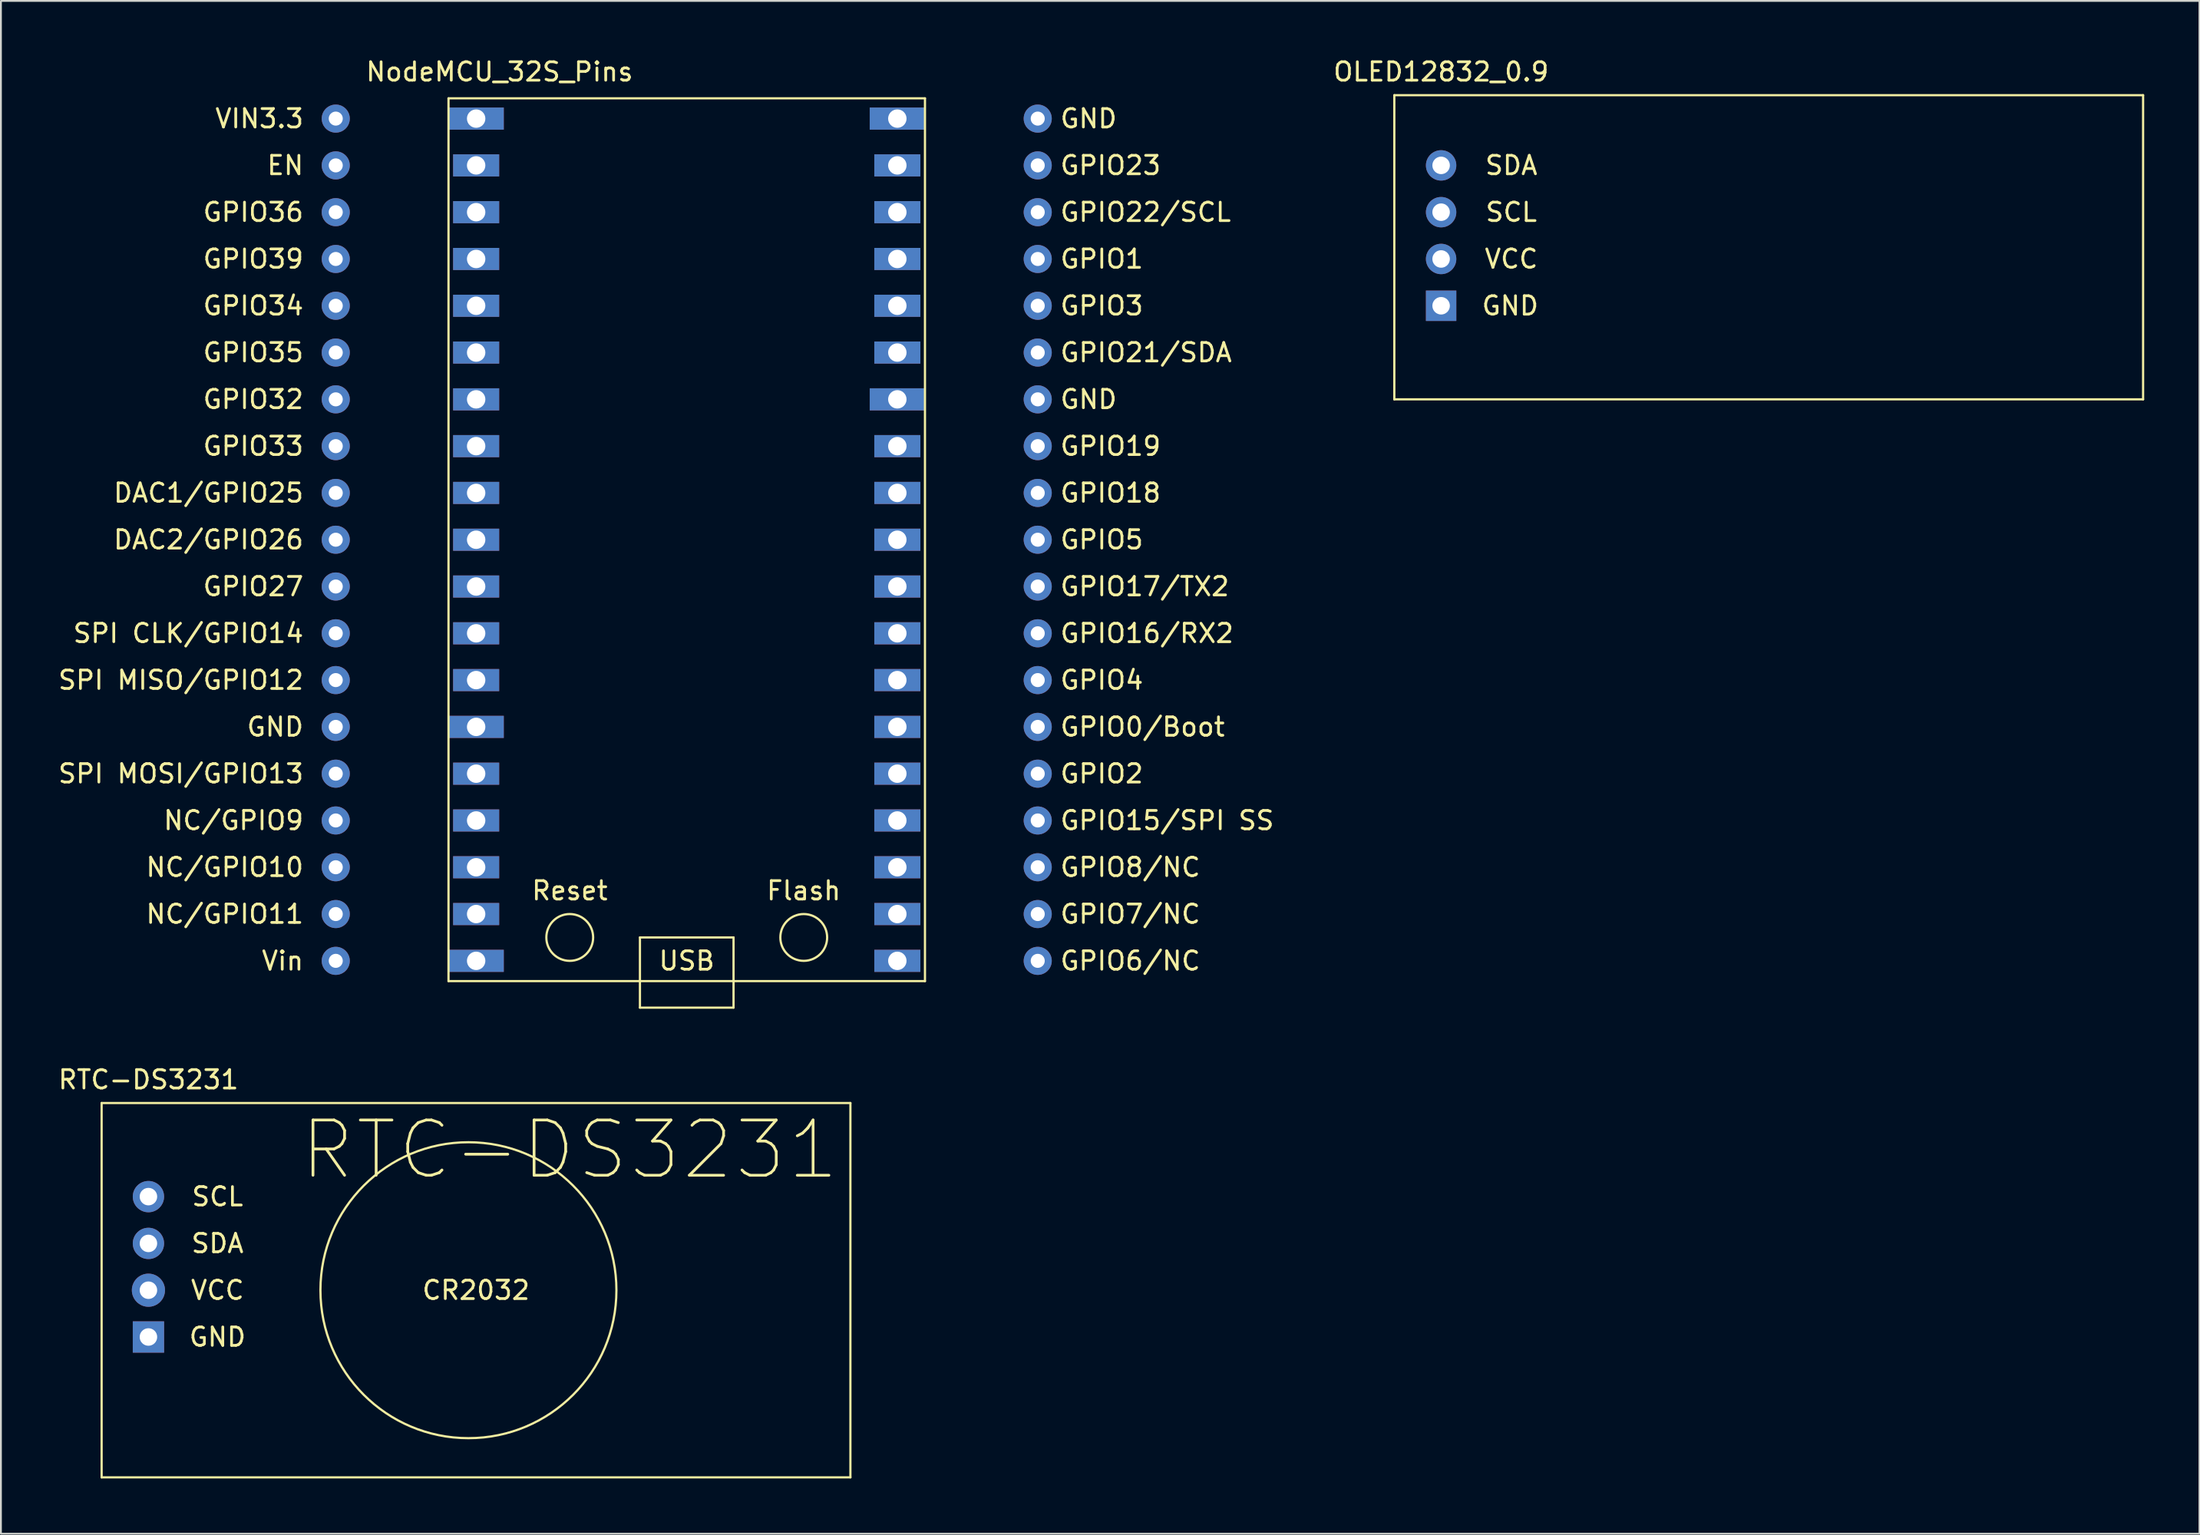
<source format=kicad_pcb>
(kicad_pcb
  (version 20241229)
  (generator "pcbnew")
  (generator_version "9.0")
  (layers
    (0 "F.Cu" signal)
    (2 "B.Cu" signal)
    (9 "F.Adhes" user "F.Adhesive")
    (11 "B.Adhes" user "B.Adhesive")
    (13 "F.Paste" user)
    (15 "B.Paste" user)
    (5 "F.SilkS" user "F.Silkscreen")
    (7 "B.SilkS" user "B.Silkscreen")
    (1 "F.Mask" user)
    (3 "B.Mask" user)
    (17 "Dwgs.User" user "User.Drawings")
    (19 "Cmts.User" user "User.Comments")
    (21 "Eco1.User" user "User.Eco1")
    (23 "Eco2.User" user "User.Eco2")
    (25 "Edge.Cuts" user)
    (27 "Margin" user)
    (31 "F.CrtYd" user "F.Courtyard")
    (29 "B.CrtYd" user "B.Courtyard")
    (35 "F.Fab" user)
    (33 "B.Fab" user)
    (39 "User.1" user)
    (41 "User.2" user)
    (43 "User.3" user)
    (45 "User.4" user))
  (footprint "RTC-DS3231"
    (layer "F.Cu")
    (at 10.086 64.447)
    (property "Reference" "RTC-DS3231" (at -5.08 -8.89 0) (layer "F.SilkS") (effects (font (size 1 1) (thickness 0.15))))
    (attr through_hole)
    (fp_line (start -7.62 -7.62) (end -7.62 12.7) (stroke (width 0.12) (type solid)) (layer "F.SilkS"))
    (fp_line (start -7.62 -7.62) (end 33.02 -7.62) (stroke (width 0.12) (type solid)) (layer "F.SilkS"))
    (fp_line (start -7.62 12.7) (end 33.02 12.7) (stroke (width 0.12) (type solid)) (layer "F.SilkS"))
    (fp_line (start 33.02 -7.62) (end 33.02 12.7) (stroke (width 0.12) (type solid)) (layer "F.SilkS"))
    (fp_circle (center 12.288 2.54) (end 19.908 5.08) (stroke (width 0.12) (type solid)) (fill no) (layer "F.SilkS"))
    (fp_text user "VCC" (at -1.33 2.54 0) (layer "F.SilkS") (effects (font (size 1 1) (thickness 0.15))))
    (fp_text user "SCL" (at -1.33 -2.54 0) (layer "F.SilkS") (effects (font (size 1 1) (thickness 0.15))))
    (fp_text user "RTC-DS3231" (at 17.78 -5.08 0) (layer "F.SilkS") (effects (font (size 3 3) (thickness 0.15))))
    (fp_text user "SDA" (at -1.33 0 0) (layer "F.SilkS") (effects (font (size 1 1) (thickness 0.15))))
    (fp_text user "GND" (at -1.33 5.08 0) (layer "F.SilkS") (effects (font (size 1 1) (thickness 0.15))))
    (fp_text user "CR2032" (at 12.7 2.54 0) (layer "F.SilkS") (effects (font (size 1 1) (thickness 0.15))))
    (pad "1" thru_hole rect (at -5.08 5.08) (size 1.7 1.7) (drill 0.95) (layers "*.Cu" "*.Mask"))
    (pad "2" thru_hole circle (at -5.08 2.54) (size 1.8 1.8) (drill 0.95) (layers "*.Cu" "*.Mask"))
    (pad "3" thru_hole circle (at -5.08 0) (size 1.7 1.7) (drill 0.95) (layers "*.Cu" "*.Mask"))
    (pad "4" thru_hole circle (at -5.08 -2.54) (size 1.7 1.7) (drill 0.95) (layers "*.Cu" "*.Mask")))
  (footprint "NodeMCU_32S_Pins"
    (layer "F.Cu")
    (at 34.223 26.248)
    (property "Reference" "NodeMCU_32S_Pins" (at -10.16 -25.4 0) (layer "F.SilkS") (effects (font (size 1 1) (thickness 0.15))))
    (attr through_hole)
    (fp_line (start -12.93 23.96) (end 12.93 23.96) (stroke (width 0.12) (type solid)) (layer "F.SilkS"))
    (fp_line (start -12.93 -23.96) (end -12.93 23.96) (stroke (width 0.12) (type solid)) (layer "F.SilkS"))
    (fp_line (start -12.93 -23.96) (end 12.93 -23.96) (stroke (width 0.12) (type solid)) (layer "F.SilkS"))
    (fp_line (start -2.54 21.59) (end -2.54 25.4) (stroke (width 0.12) (type solid)) (layer "F.SilkS"))
    (fp_line (start -2.54 25.4) (end 2.54 25.4) (stroke (width 0.12) (type solid)) (layer "F.SilkS"))
    (fp_line (start 2.54 21.59) (end -2.54 21.59) (stroke (width 0.12) (type solid)) (layer "F.SilkS"))
    (fp_line (start 2.54 21.59) (end 2.54 25.4) (stroke (width 0.12) (type solid)) (layer "F.SilkS"))
    (fp_line (start 12.93 23.96) (end 12.93 -23.96) (stroke (width 0.12) (type solid)) (layer "F.SilkS"))
    (fp_circle (center -6.35 21.59) (end -6.35 22.86) (stroke (width 0.12) (type solid)) (fill no) (layer "F.SilkS"))
    (fp_circle (center 6.35 21.59) (end 6.35 22.86) (stroke (width 0.12) (type solid)) (fill no) (layer "F.SilkS"))
    (fp_text user "Flash" (at 6.35 19.05 0) (layer "F.SilkS") (effects (font (size 1 1) (thickness 0.15))))
    (fp_text user "NC/GPIO10" (at -25.074 17.78 0) (unlocked yes) (layer "F.SilkS") (effects (font (size 1 1) (thickness 0.15))))
    (fp_text user "USB" (at 0 22.86 0) (layer "F.SilkS") (effects (font (size 1 1) (thickness 0.15))))
    (fp_text user "SPI CLK/GPIO14" (at -27.05 5.08 0) (unlocked yes) (layer "F.SilkS") (effects (font (size 1 1) (thickness 0.15))))
    (fp_text user "Vin" (at -21.931 22.86 0) (unlocked yes) (layer "F.SilkS") (effects (font (size 1 1) (thickness 0.15))))
    (fp_text user "GPIO19" (at 23.003 -5.08 0) (unlocked yes) (layer "F.SilkS") (effects (font (size 1 1) (thickness 0.15))))
    (fp_text user "GPIO8/NC" (at 24.075 17.78 0) (unlocked yes) (layer "F.SilkS") (effects (font (size 1 1) (thickness 0.15))))
    (fp_text user "EN" (at -21.789 -20.32 0) (unlocked yes) (layer "F.SilkS") (effects (font (size 1 1) (thickness 0.15))))
    (fp_text user "GPIO34" (at -23.527 -12.7 0) (unlocked yes) (layer "F.SilkS") (effects (font (size 1 1) (thickness 0.15))))
    (fp_text user "GPIO5" (at 22.527 0 0) (unlocked yes) (layer "F.SilkS") (effects (font (size 1 1) (thickness 0.15))))
    (fp_text user "GPIO17/TX2" (at 24.86 2.54 0) (unlocked yes) (layer "F.SilkS") (effects (font (size 1 1) (thickness 0.15))))
    (fp_text user "GND" (at 21.813 -22.86 0) (unlocked yes) (layer "F.SilkS") (effects (font (size 1 1) (thickness 0.15))))
    (fp_text user "GPIO35" (at -23.527 -10.16 0) (unlocked yes) (layer "F.SilkS") (effects (font (size 1 1) (thickness 0.15))))
    (fp_text user "GPIO32" (at -23.527 -7.62 0) (unlocked yes) (layer "F.SilkS") (effects (font (size 1 1) (thickness 0.15))))
    (fp_text user "GND" (at 21.813 -7.62 0) (unlocked yes) (layer "F.SilkS") (effects (font (size 1 1) (thickness 0.15))))
    (fp_text user "GPIO18" (at 23.003 -2.54 0) (unlocked yes) (layer "F.SilkS") (effects (font (size 1 1) (thickness 0.15))))
    (fp_text user "GPIO27" (at -23.527 2.54 0) (unlocked yes) (layer "F.SilkS") (effects (font (size 1 1) (thickness 0.15))))
    (fp_text user "GPIO36" (at -23.527 -17.78 0) (unlocked yes) (layer "F.SilkS") (effects (font (size 1 1) (thickness 0.15))))
    (fp_text user "GPIO15/SPI SS" (at 26.075 15.24 0) (unlocked yes) (layer "F.SilkS") (effects (font (size 1 1) (thickness 0.15))))
    (fp_text user "GPIO23" (at 23.003 -20.32 0) (unlocked yes) (layer "F.SilkS") (effects (font (size 1 1) (thickness 0.15))))
    (fp_text user "GPIO6/NC" (at 24.075 22.86 0) (unlocked yes) (layer "F.SilkS") (effects (font (size 1 1) (thickness 0.15))))
    (fp_text user "GND" (at -22.336 10.16 0) (unlocked yes) (layer "F.SilkS") (effects (font (size 1 1) (thickness 0.15))))
    (fp_text user "GPIO1" (at 22.527 -15.24 0) (unlocked yes) (layer "F.SilkS") (effects (font (size 1 1) (thickness 0.15))))
    (fp_text user "Reset" (at -6.35 19.05 0) (layer "F.SilkS") (effects (font (size 1 1) (thickness 0.15))))
    (fp_text user "GPIO22/SCL" (at 24.908 -17.78 0) (unlocked yes) (layer "F.SilkS") (effects (font (size 1 1) (thickness 0.15))))
    (fp_text user "NC/GPIO11" (at -25.074 20.32 0) (unlocked yes) (layer "F.SilkS") (effects (font (size 1 1) (thickness 0.15))))
    (fp_text user "GPIO33" (at -23.527 -5.08 0) (unlocked yes) (layer "F.SilkS") (effects (font (size 1 1) (thickness 0.15))))
    (fp_text user "NC/GPIO9" (at -24.598 15.24 0) (unlocked yes) (layer "F.SilkS") (effects (font (size 1 1) (thickness 0.15))))
    (fp_text user "DAC1/GPIO25" (at -25.955 -2.54 0) (unlocked yes) (layer "F.SilkS") (effects (font (size 1 1) (thickness 0.15))))
    (fp_text user "GPIO7/NC" (at 24.075 20.32 0) (unlocked yes) (layer "F.SilkS") (effects (font (size 1 1) (thickness 0.15))))
    (fp_text user "GPIO16/RX2" (at 24.98 5.08 0) (unlocked yes) (layer "F.SilkS") (effects (font (size 1 1) (thickness 0.15))))
    (fp_text user "GPIO2" (at 22.527 12.7 0) (unlocked yes) (layer "F.SilkS") (effects (font (size 1 1) (thickness 0.15))))
    (fp_text user "SPI MISO/GPIO12" (at -27.455 7.62 0) (unlocked yes) (layer "F.SilkS") (effects (font (size 1 1) (thickness 0.15))))
    (fp_text user "GPIO3" (at 22.527 -12.7 0) (unlocked yes) (layer "F.SilkS") (effects (font (size 1 1) (thickness 0.15))))
    (fp_text user "VIN3.3" (at -23.193 -22.86 0) (unlocked yes) (layer "F.SilkS") (effects (font (size 1 1) (thickness 0.15))))
    (fp_text user "GPIO21/SDA" (at 24.932 -10.16 0) (unlocked yes) (layer "F.SilkS") (effects (font (size 1 1) (thickness 0.15))))
    (fp_text user "GPIO39" (at -23.527 -15.24 0) (unlocked yes) (layer "F.SilkS") (effects (font (size 1 1) (thickness 0.15))))
    (fp_text user "DAC2/GPIO26" (at -25.955 0 0) (unlocked yes) (layer "F.SilkS") (effects (font (size 1 1) (thickness 0.15))))
    (fp_text user "GPIO4" (at 22.527 7.62 0) (unlocked yes) (layer "F.SilkS") (effects (font (size 1 1) (thickness 0.15))))
    (fp_text user "SPI MOSI/GPIO13" (at -27.455 12.7 0) (unlocked yes) (layer "F.SilkS") (effects (font (size 1 1) (thickness 0.15))))
    (fp_text user "GPIO0/Boot" (at 24.741 10.16 0) (unlocked yes) (layer "F.SilkS") (effects (font (size 1 1) (thickness 0.15))))
    (pad "1" thru_hole trapezoid (at -11.43 -22.86 270) (size 1.2 3) (drill 1) (layers "*.Cu" "*.Mask"))
    (pad "2" thru_hole trapezoid (at -11.43 -20.32 270) (size 1.2 2.5) (drill 1) (layers "*.Cu" "*.Mask"))
    (pad "3" thru_hole trapezoid (at -11.43 -17.78 270) (size 1.2 2.5) (drill 1) (layers "*.Cu" "*.Mask"))
    (pad "4" thru_hole trapezoid (at -11.43 -15.24 270) (size 1.2 2.5) (drill 1) (layers "*.Cu" "*.Mask"))
    (pad "5" thru_hole trapezoid (at -11.43 -12.7 270) (size 1.2 2.5) (drill 1) (layers "*.Cu" "*.Mask"))
    (pad "6" thru_hole trapezoid (at -11.43 -10.16 270) (size 1.2 2.5) (drill 1) (layers "*.Cu" "*.Mask"))
    (pad "7" thru_hole trapezoid (at -11.43 -7.62 270) (size 1.2 2.5) (drill 1) (layers "*.Cu" "*.Mask"))
    (pad "8" thru_hole trapezoid (at -11.43 -5.08 270) (size 1.2 2.5) (drill 1) (layers "*.Cu" "*.Mask"))
    (pad "9" thru_hole trapezoid (at -11.43 -2.54 270) (size 1.2 2.5) (drill 1) (layers "*.Cu" "*.Mask"))
    (pad "10" thru_hole trapezoid (at -11.43 0 270) (size 1.2 2.5) (drill 1) (layers "*.Cu" "*.Mask"))
    (pad "11" thru_hole trapezoid (at -11.43 2.54 270) (size 1.2 2.5) (drill 1) (layers "*.Cu" "*.Mask"))
    (pad "12" thru_hole trapezoid (at -11.43 5.08 270) (size 1.2 2.5) (drill 1) (layers "*.Cu" "*.Mask"))
    (pad "13" thru_hole trapezoid (at -11.43 7.62 270) (size 1.2 2.5) (drill 1) (layers "*.Cu" "*.Mask"))
    (pad "14" thru_hole trapezoid (at -11.43 10.16 270) (size 1.2 3) (drill 1) (layers "*.Cu" "*.Mask"))
    (pad "15" thru_hole trapezoid (at -11.43 12.7 270) (size 1.2 2.5) (drill 1) (layers "*.Cu" "*.Mask"))
    (pad "16" thru_hole trapezoid (at -11.43 15.24 270) (size 1.2 2.5) (drill 1) (layers "*.Cu" "*.Mask"))
    (pad "17" thru_hole trapezoid (at -11.43 17.78 270) (size 1.2 2.5) (drill 1) (layers "*.Cu" "*.Mask"))
    (pad "18" thru_hole trapezoid (at -11.43 20.32 270) (size 1.2 2.5) (drill 1) (layers "*.Cu" "*.Mask"))
    (pad "19" thru_hole trapezoid (at -11.43 22.86 270) (size 1.2 3) (drill 1) (layers "*.Cu" "*.Mask"))
    (pad "20" thru_hole trapezoid (at 11.43 22.86 270) (size 1.2 2.5) (drill 1) (layers "*.Cu" "*.Mask"))
    (pad "21" thru_hole trapezoid (at 11.43 20.32 270) (size 1.2 2.5) (drill 1) (layers "*.Cu" "*.Mask"))
    (pad "22" thru_hole trapezoid (at 11.43 17.78 270) (size 1.2 2.5) (drill 1) (layers "*.Cu" "*.Mask"))
    (pad "23" thru_hole trapezoid (at 11.43 15.24 270) (size 1.2 2.5) (drill 1) (layers "*.Cu" "*.Mask"))
    (pad "24" thru_hole trapezoid (at 11.43 12.7 270) (size 1.2 2.5) (drill 1) (layers "*.Cu" "*.Mask"))
    (pad "25" thru_hole trapezoid (at 11.43 10.16 270) (size 1.2 2.5) (drill 1) (layers "*.Cu" "*.Mask"))
    (pad "26" thru_hole trapezoid (at 11.43 7.62 270) (size 1.2 2.5) (drill 1) (layers "*.Cu" "*.Mask"))
    (pad "27" thru_hole trapezoid (at 11.43 5.08 270) (size 1.2 2.5) (drill 1) (layers "*.Cu" "*.Mask"))
    (pad "28" thru_hole trapezoid (at 11.43 2.54 270) (size 1.2 2.5) (drill 1) (layers "*.Cu" "*.Mask"))
    (pad "29" thru_hole trapezoid (at 11.43 0 270) (size 1.2 2.5) (drill 1) (layers "*.Cu" "*.Mask"))
    (pad "30" thru_hole trapezoid (at 11.43 -2.54 270) (size 1.2 2.5) (drill 1) (layers "*.Cu" "*.Mask"))
    (pad "31" thru_hole trapezoid (at 11.43 -5.08 270) (size 1.2 2.5) (drill 1) (layers "*.Cu" "*.Mask"))
    (pad "32" thru_hole trapezoid (at 11.43 -7.62 270) (size 1.2 3) (drill 1) (layers "*.Cu" "*.Mask"))
    (pad "33" thru_hole trapezoid (at 11.43 -10.16 270) (size 1.2 2.5) (drill 1) (layers "*.Cu" "*.Mask"))
    (pad "34" thru_hole trapezoid (at 11.43 -12.7 270) (size 1.2 2.5) (drill 1) (layers "*.Cu" "*.Mask"))
    (pad "35" thru_hole trapezoid (at 11.43 -15.24 270) (size 1.2 2.5) (drill 1) (layers "*.Cu" "*.Mask"))
    (pad "36" thru_hole trapezoid (at 11.43 -17.78 270) (size 1.2 2.5) (drill 1) (layers "*.Cu" "*.Mask"))
    (pad "37" thru_hole trapezoid (at 11.43 -20.32 270) (size 1.2 2.5) (drill 1) (layers "*.Cu" "*.Mask"))
    (pad "38" thru_hole trapezoid (at 11.43 -22.86 270) (size 1.2 3) (drill 1) (layers "*.Cu" "*.Mask"))
    (pad "39" thru_hole circle (at -19.05 -22.86) (size 1.524 1.524) (drill 0.762) (layers "*.Cu" "*.Mask"))
    (pad "40" thru_hole circle (at -19.05 -20.32) (size 1.524 1.524) (drill 0.762) (layers "*.Cu" "*.Mask"))
    (pad "41" thru_hole circle (at -19.05 -17.78) (size 1.524 1.524) (drill 0.762) (layers "*.Cu" "*.Mask"))
    (pad "42" thru_hole circle (at -19.05 -15.24) (size 1.524 1.524) (drill 0.762) (layers "*.Cu" "*.Mask"))
    (pad "43" thru_hole circle (at -19.05 -12.7) (size 1.524 1.524) (drill 0.762) (layers "*.Cu" "*.Mask"))
    (pad "44" thru_hole circle (at -19.05 -10.16) (size 1.524 1.524) (drill 0.762) (layers "*.Cu" "*.Mask"))
    (pad "45" thru_hole circle (at -19.05 -7.62) (size 1.524 1.524) (drill 0.762) (layers "*.Cu" "*.Mask"))
    (pad "46" thru_hole circle (at -19.05 -5.08) (size 1.524 1.524) (drill 0.762) (layers "*.Cu" "*.Mask"))
    (pad "47" thru_hole circle (at -19.05 -2.54) (size 1.524 1.524) (drill 0.762) (layers "*.Cu" "*.Mask"))
    (pad "48" thru_hole circle (at -19.05 0) (size 1.524 1.524) (drill 0.762) (layers "*.Cu" "*.Mask"))
    (pad "49" thru_hole circle (at -19.05 2.54) (size 1.524 1.524) (drill 0.762) (layers "*.Cu" "*.Mask"))
    (pad "50" thru_hole circle (at -19.05 5.08) (size 1.524 1.524) (drill 0.762) (layers "*.Cu" "*.Mask"))
    (pad "51" thru_hole circle (at -19.05 7.62) (size 1.524 1.524) (drill 0.762) (layers "*.Cu" "*.Mask"))
    (pad "52" thru_hole circle (at -19.05 10.16) (size 1.524 1.524) (drill 0.762) (layers "*.Cu" "*.Mask"))
    (pad "53" thru_hole circle (at -19.05 12.7) (size 1.524 1.524) (drill 0.762) (layers "*.Cu" "*.Mask"))
    (pad "54" thru_hole circle (at -19.05 15.24) (size 1.524 1.524) (drill 0.762) (layers "*.Cu" "*.Mask"))
    (pad "55" thru_hole circle (at -19.05 17.78) (size 1.524 1.524) (drill 0.762) (layers "*.Cu" "*.Mask"))
    (pad "56" thru_hole circle (at -19.05 20.32) (size 1.524 1.524) (drill 0.762) (layers "*.Cu" "*.Mask"))
    (pad "57" thru_hole circle (at -19.05 22.86) (size 1.524 1.524) (drill 0.762) (layers "*.Cu" "*.Mask"))
    (pad "58" thru_hole circle (at 19.05 22.86) (size 1.524 1.524) (drill 0.762) (layers "*.Cu" "*.Mask"))
    (pad "59" thru_hole circle (at 19.05 20.32) (size 1.524 1.524) (drill 0.762) (layers "*.Cu" "*.Mask"))
    (pad "60" thru_hole circle (at 19.05 17.78) (size 1.524 1.524) (drill 0.762) (layers "*.Cu" "*.Mask"))
    (pad "61" thru_hole circle (at 19.05 15.24) (size 1.524 1.524) (drill 0.762) (layers "*.Cu" "*.Mask"))
    (pad "62" thru_hole circle (at 19.05 12.7) (size 1.524 1.524) (drill 0.762) (layers "*.Cu" "*.Mask"))
    (pad "63" thru_hole circle (at 19.05 10.16) (size 1.524 1.524) (drill 0.762) (layers "*.Cu" "*.Mask"))
    (pad "64" thru_hole circle (at 19.05 7.62) (size 1.524 1.524) (drill 0.762) (layers "*.Cu" "*.Mask"))
    (pad "65" thru_hole circle (at 19.05 5.08) (size 1.524 1.524) (drill 0.762) (layers "*.Cu" "*.Mask"))
    (pad "66" thru_hole circle (at 19.05 2.54) (size 1.524 1.524) (drill 0.762) (layers "*.Cu" "*.Mask"))
    (pad "67" thru_hole circle (at 19.05 0) (size 1.524 1.524) (drill 0.762) (layers "*.Cu" "*.Mask"))
    (pad "68" thru_hole circle (at 19.05 -2.54) (size 1.524 1.524) (drill 0.762) (layers "*.Cu" "*.Mask"))
    (pad "69" thru_hole circle (at 19.05 -5.08) (size 1.524 1.524) (drill 0.762) (layers "*.Cu" "*.Mask"))
    (pad "70" thru_hole circle (at 19.05 -7.62) (size 1.524 1.524) (drill 0.762) (layers "*.Cu" "*.Mask"))
    (pad "71" thru_hole circle (at 19.05 -10.16) (size 1.524 1.524) (drill 0.762) (layers "*.Cu" "*.Mask"))
    (pad "72" thru_hole circle (at 19.05 -12.7) (size 1.524 1.524) (drill 0.762) (layers "*.Cu" "*.Mask"))
    (pad "73" thru_hole circle (at 19.05 -15.24) (size 1.524 1.524) (drill 0.762) (layers "*.Cu" "*.Mask"))
    (pad "74" thru_hole circle (at 19.05 -17.78) (size 1.524 1.524) (drill 0.762) (layers "*.Cu" "*.Mask"))
    (pad "75" thru_hole circle (at 19.05 -20.32) (size 1.524 1.524) (drill 0.762) (layers "*.Cu" "*.Mask"))
    (pad "76" thru_hole circle (at 19.05 -22.86) (size 1.524 1.524) (drill 0.762) (layers "*.Cu" "*.Mask")))
  (footprint "OLED12832_0.9"
    (layer "F.Cu")
    (at 80.247 9.738)
    (property "Reference" "OLED12832_0.9" (at -5.08 -8.89 0) (layer "F.SilkS") (effects (font (size 1 1) (thickness 0.15))))
    (attr through_hole)
    (fp_line (start -7.62 -7.62) (end -7.62 8.89) (stroke (width 0.12) (type solid)) (layer "F.SilkS"))
    (fp_line (start -7.62 -7.62) (end 33.02 -7.62) (stroke (width 0.12) (type solid)) (layer "F.SilkS"))
    (fp_line (start -7.62 8.89) (end 33.02 8.89) (stroke (width 0.12) (type solid)) (layer "F.SilkS"))
    (fp_line (start 33.02 -7.62) (end 33.02 8.89) (stroke (width 0.12) (type solid)) (layer "F.SilkS"))
    (fp_text user "VCC" (at -1.27 1.27 0) (layer "F.SilkS") (effects (font (size 1 1) (thickness 0.15))))
    (fp_text user "SDA" (at -1.27 -3.81 0) (layer "F.SilkS") (effects (font (size 1 1) (thickness 0.15))))
    (fp_text user "GND" (at -1.33 3.81 0) (layer "F.SilkS") (effects (font (size 1 1) (thickness 0.15))))
    (fp_text user "SCL" (at -1.27 -1.27 0) (layer "F.SilkS") (effects (font (size 1 1) (thickness 0.15))))
    (pad "1" thru_hole rect (at -5.08 3.81) (size 1.65 1.65) (drill 0.95) (layers "*.Cu" "*.Mask"))
    (pad "2" thru_hole circle (at -5.08 1.27) (size 1.65 1.65) (drill 0.95) (layers "*.Cu" "*.Mask"))
    (pad "3" thru_hole circle (at -5.08 -1.27) (size 1.65 1.65) (drill 0.95) (layers "*.Cu" "*.Mask"))
    (pad "4" thru_hole circle (at -5.08 -3.81) (size 1.65 1.65) (drill 0.95) (layers "*.Cu" "*.Mask")))
  (gr_rect
    (start -3 -3)
    (end 116.327 80.207)
    (stroke (width 0.1) (type default))
    (fill no)
    (layer "Edge.Cuts")))
</source>
